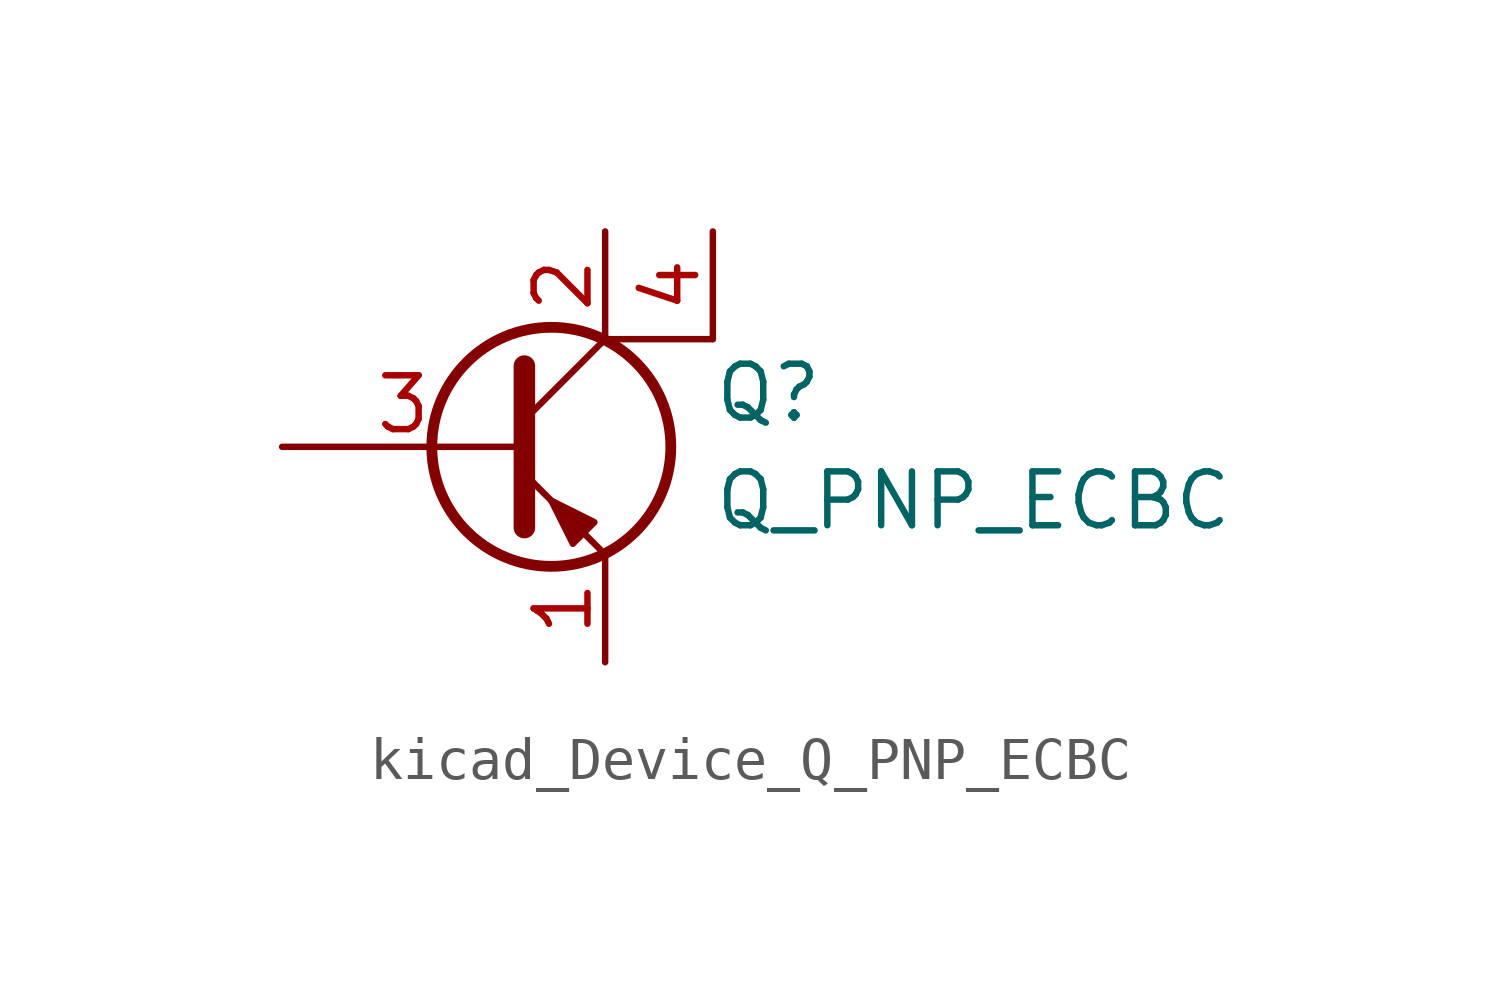
<source format=kicad_sym>
(kicad_symbol_lib
  (version 20220914)
  (generator kicad_symbol_editor)
  (symbol "kicad_Device_Q_PNP_ECBC"
    (pin_names
      (offset 0) hide)
    (property "Reference" "Q"
      (at 5.08 1.27 0)
      (effects (font (size 1.27 1.27)) (justify left)))
    (property "Value" "Q_PNP_ECBC"
      (at 5.08 -1.27 0)
      (effects (font (size 1.27 1.27)) (justify left)))
    (symbol "kicad_Device_Q_PNP_ECBC_0_1"
      (polyline (pts (xy 0.635 0.635) (xy 2.54 2.54)) (stroke (width 0) (type default)) (fill (type none)))
      (polyline (pts (xy 5.08 2.54) (xy 2.54 2.54)) (stroke (width 0) (type default)) (fill (type none)))
      (polyline (pts (xy 0.635 -0.635) (xy 2.54 -2.54) (xy 2.54 -2.54)) (stroke (width 0) (type default)) (fill (type none)))
      (polyline (pts (xy 0.635 1.905) (xy 0.635 -1.905) (xy 0.635 -1.905)) (stroke (width 0.508) (type default)) (fill (type none)))
      (polyline (pts (xy 2.286 -1.778) (xy 1.778 -2.286) (xy 1.27 -1.27) (xy 2.286 -1.778) (xy 2.286 -1.778)) (stroke (width 0) (type default)) (fill (type outline)))
      (circle (center 1.27 0) (radius 2.819) (stroke (width 0.254) (type default)) (fill (type none))))
    (symbol "kicad_Device_Q_PNP_ECBC_1_1"
      (pin passive line (at 2.54 -5.08 90) (length 2.54) (name "E" (effects (font (size 1.27 1.27)))) (number "1" (effects (font (size 1.27 1.27)))))
      (pin passive line (at 2.54 5.08 270) (length 2.54) (name "C" (effects (font (size 1.27 1.27)))) (number "2" (effects (font (size 1.27 1.27)))))
      (pin input line (at -5.08 0 0) (length 5.715) (name "B" (effects (font (size 1.27 1.27)))) (number "3" (effects (font (size 1.27 1.27)))))
      (pin passive line (at 5.08 5.08 270) (length 2.54) (name "C" (effects (font (size 1.27 1.27)))) (number "4" (effects (font (size 1.27 1.27))))))))
</source>
